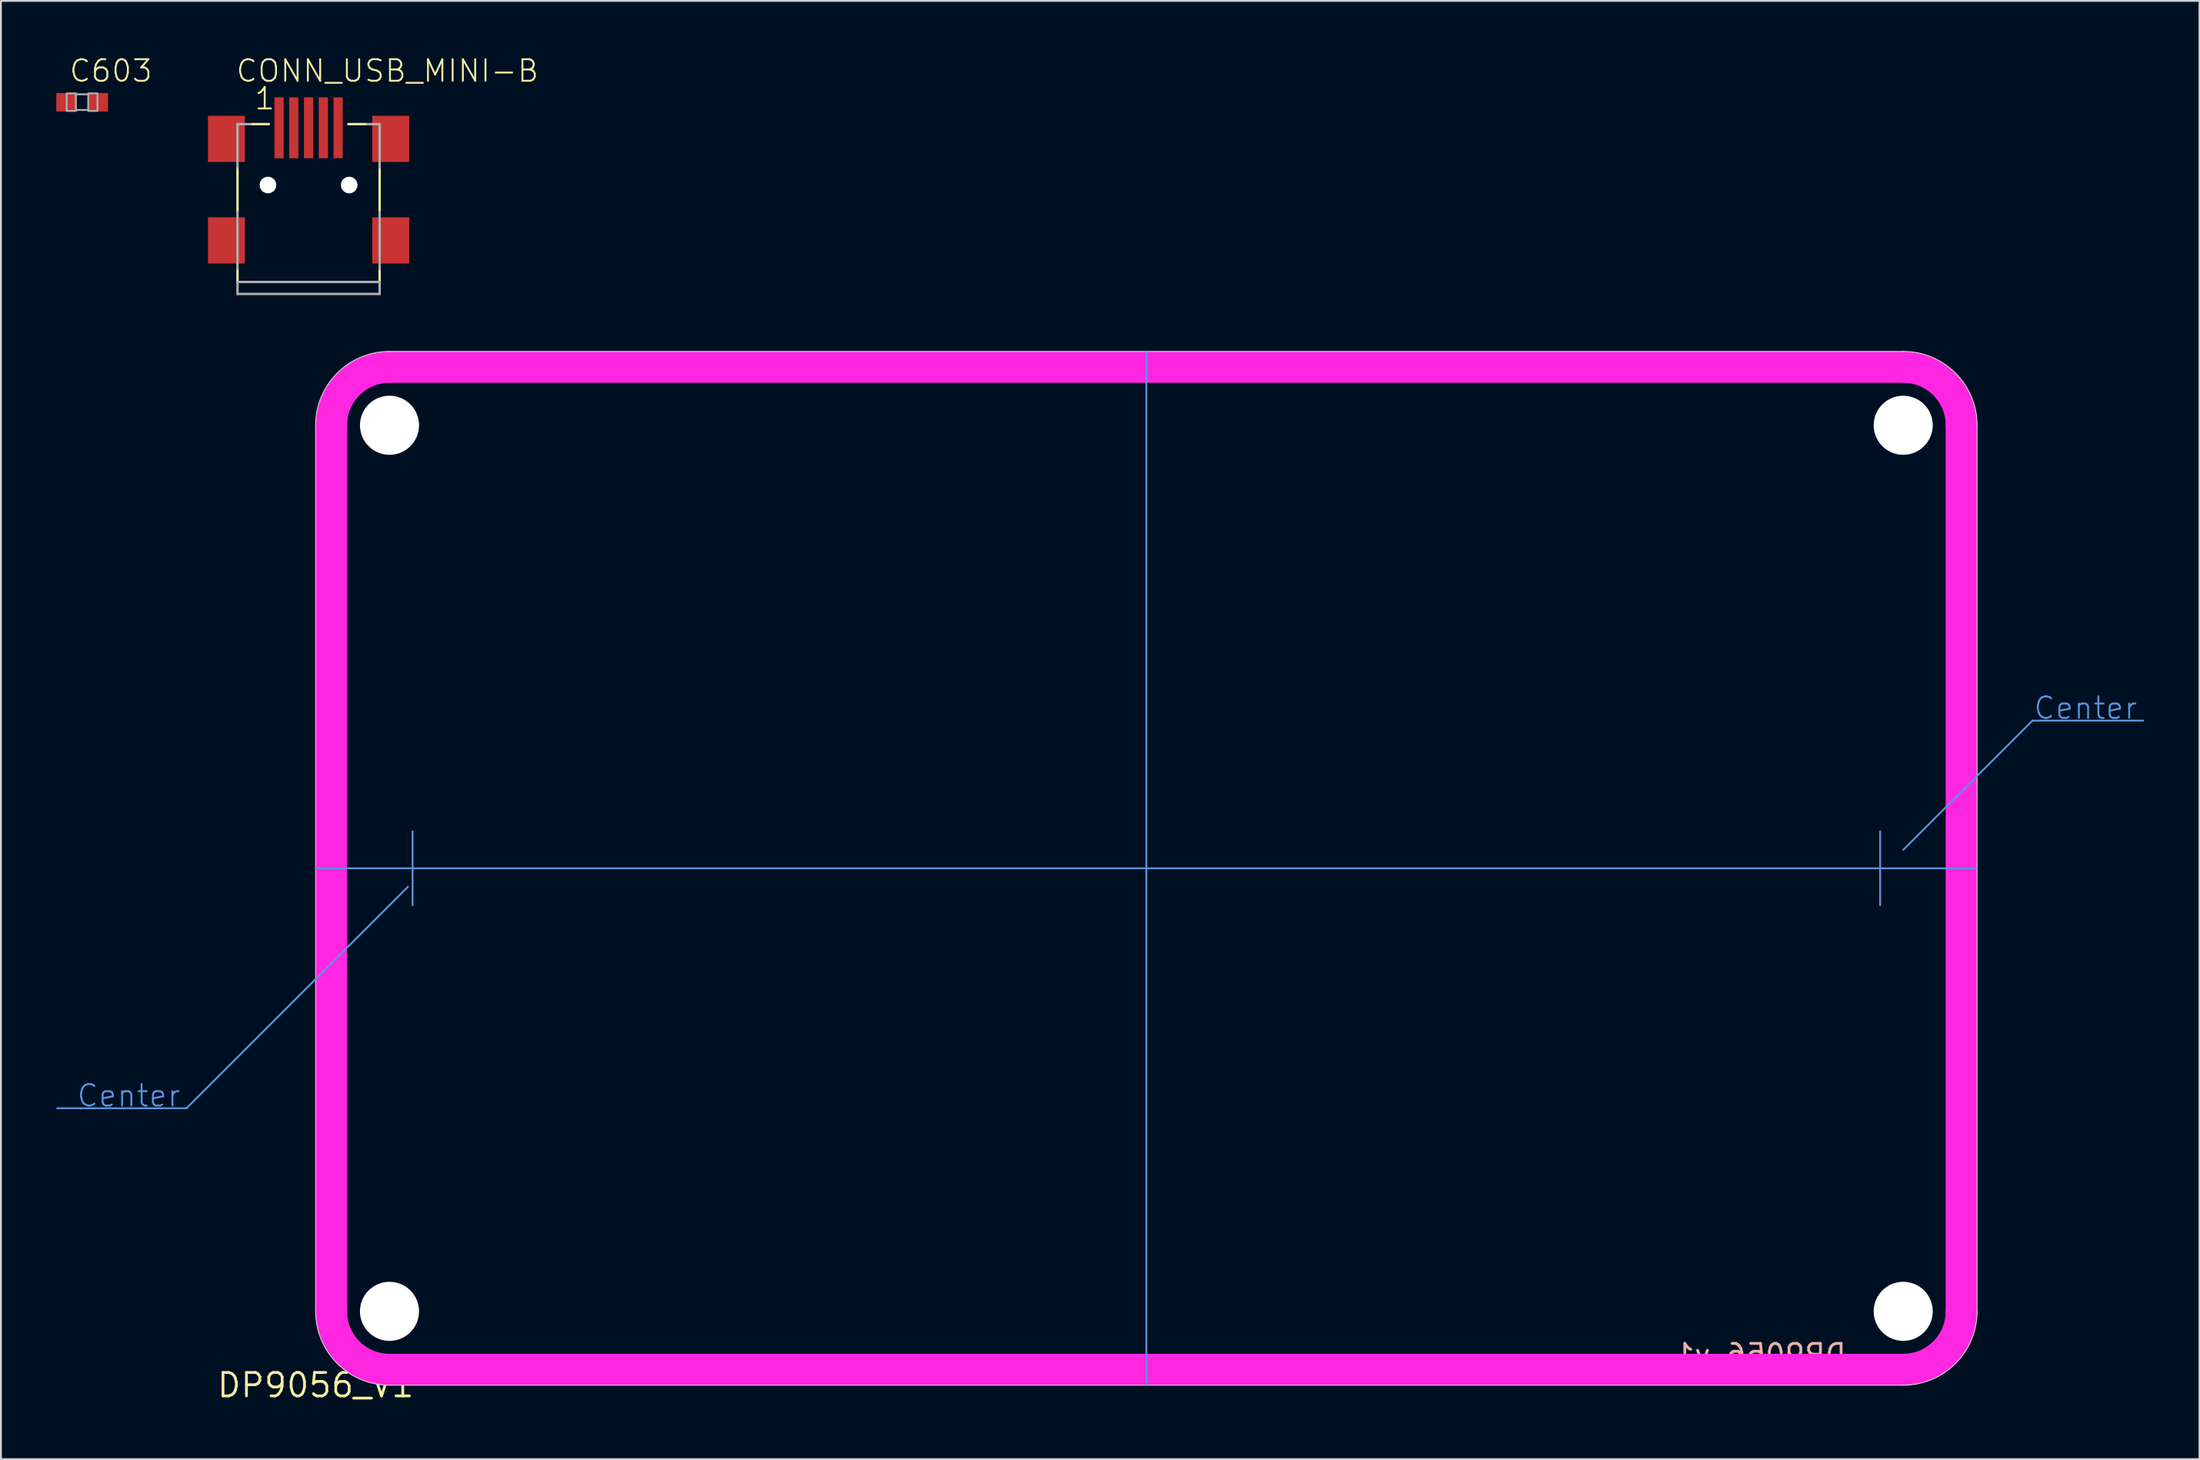
<source format=kicad_pcb>
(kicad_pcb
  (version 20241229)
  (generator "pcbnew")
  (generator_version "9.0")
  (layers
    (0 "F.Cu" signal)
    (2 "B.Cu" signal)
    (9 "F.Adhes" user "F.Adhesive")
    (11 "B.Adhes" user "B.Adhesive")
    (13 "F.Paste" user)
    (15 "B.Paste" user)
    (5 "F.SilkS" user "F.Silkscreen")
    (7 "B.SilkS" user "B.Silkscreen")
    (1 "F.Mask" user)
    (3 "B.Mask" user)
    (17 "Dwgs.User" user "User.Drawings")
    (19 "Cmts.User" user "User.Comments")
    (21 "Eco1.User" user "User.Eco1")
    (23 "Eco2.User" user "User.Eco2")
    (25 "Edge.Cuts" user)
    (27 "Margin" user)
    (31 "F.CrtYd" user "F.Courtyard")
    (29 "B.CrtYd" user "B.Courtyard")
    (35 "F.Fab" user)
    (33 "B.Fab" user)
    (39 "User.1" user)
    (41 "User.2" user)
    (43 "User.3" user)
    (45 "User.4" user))
  (footprint "DP9056_V1"
    (layer "F.Cu")
    (at 14.05 71.987)
    (property "Reference" "DP9056_V1" (at 0 0 0) (layer "F.SilkS") (effects (font (size 1.27 1.27) (thickness 0.15))))
    (fp_line (start -7 -15) (end -14 -15) (stroke (width 0.1) (type solid)) (layer "Cmts.User"))
    (fp_line (start 0 -28) (end 90 -28) (stroke (width 0.1) (type solid)) (layer "Cmts.User"))
    (fp_line (start 5 -27) (end -7 -15) (stroke (width 0.1) (type solid)) (layer "Cmts.User"))
    (fp_line (start 5.25 -30) (end 5.25 -26) (stroke (width 0.1) (type solid)) (layer "Cmts.User"))
    (fp_line (start 45 -56) (end 45 0) (stroke (width 0.1) (type solid)) (layer "Cmts.User"))
    (fp_line (start 84.75 -30) (end 84.75 -26) (stroke (width 0.1) (type solid)) (layer "Cmts.User"))
    (fp_line (start 86 -29) (end 93 -36) (stroke (width 0.1) (type solid)) (layer "Cmts.User"))
    (fp_line (start 93 -36) (end 99 -36) (stroke (width 0.1) (type solid)) (layer "Cmts.User"))
    (fp_line (start 0 -52) (end 0 -4) (stroke (width 0.05) (type solid)) (layer "Edge.Cuts"))
    (fp_line (start 4 0) (end 86 0) (stroke (width 0.05) (type solid)) (layer "Edge.Cuts"))
    (fp_line (start 86 -56) (end 4 -56) (stroke (width 0.05) (type solid)) (layer "Edge.Cuts"))
    (fp_line (start 90 -4) (end 90 -52) (stroke (width 0.05) (type solid)) (layer "Edge.Cuts"))
    (fp_arc (start 0 -52) (mid 1.171573 -54.828427) (end 4 -56) (stroke (width 0.05) (type solid)) (layer "Edge.Cuts"))
    (fp_arc (start 4 0) (mid 1.171573 -1.171573) (end 0 -4) (stroke (width 0.05) (type solid)) (layer "Edge.Cuts"))
    (fp_arc (start 86 -56) (mid 88.828427 -54.828427) (end 90 -52) (stroke (width 0.05) (type solid)) (layer "Edge.Cuts"))
    (fp_arc (start 90 -4) (mid 88.828427 -1.171573) (end 86 0) (stroke (width 0.05) (type solid)) (layer "Edge.Cuts"))
    (fp_line (start 0.85 -52) (end 0.85 -4) (stroke (width 1.7) (type solid)) (layer "F.CrtYd"))
    (fp_line (start 4 -55.15) (end 86 -55.15) (stroke (width 1.7) (type solid)) (layer "F.CrtYd"))
    (fp_line (start 86 -0.85) (end 4 -0.85) (stroke (width 1.7) (type solid)) (layer "F.CrtYd"))
    (fp_line (start 89.15 -4) (end 89.15 -52) (stroke (width 1.7) (type solid)) (layer "F.CrtYd"))
    (fp_arc (start 0.85 -52) (mid 1.772614 -54.227386) (end 4 -55.15) (stroke (width 1.7) (type solid)) (layer "F.CrtYd"))
    (fp_arc (start 4 -0.85) (mid 1.772614 -1.772614) (end 0.85 -4) (stroke (width 1.7) (type solid)) (layer "F.CrtYd"))
    (fp_arc (start 86 -55.15) (mid 88.227386 -54.227386) (end 89.15 -52) (stroke (width 1.7) (type solid)) (layer "F.CrtYd"))
    (fp_arc (start 89.15 -4) (mid 88.227386 -1.772614) (end 86 -0.85) (stroke (width 1.7) (type solid)) (layer "F.CrtYd"))
    (fp_text user "DP9056_v1" (at 83 -1 0) (layer "B.SilkS") (effects (font (size 1.118 1.118) (thickness 0.152)) (justify left bottom mirror)))
    (fp_text user "Center" (at 93 -36 0) (layer "Cmts.User") (effects (font (size 1.168 1.168) (thickness 0.102)) (justify left bottom)))
    (fp_text user "Center" (at -13 -15 0) (layer "Cmts.User") (effects (font (size 1.168 1.168) (thickness 0.102)) (justify left bottom)))
    (pad "" np_thru_hole circle (at 4 -52) (size 3.2 3.2) (drill 3.2) (layers "*.Cu" "*.Mask"))
    (pad "" np_thru_hole circle (at 4 -4) (size 3.2 3.2) (drill 3.2) (layers "*.Cu" "*.Mask"))
    (pad "" np_thru_hole circle (at 86 -52) (size 3.2 3.2) (drill 3.2) (layers "*.Cu" "*.Mask"))
    (pad "" np_thru_hole circle (at 86 -4) (size 3.2 3.2) (drill 3.2) (layers "*.Cu" "*.Mask"))
    (zone (net_name "") (layer "F.Cu") (hatch edge 0.5) (connect_pads) (min_thickness 0.25) (filled_areas_thickness no) (keepout (tracks not_allowed) (vias not_allowed) (pads not_allowed) (copperpour not_allowed) (footprints allowed)) (placement (enabled no)) (fill) (polygon (pts (xy 14.05 64.987) (xy 18.05 64.987) (xy 18.386 65.006) (xy 18.718 65.062) (xy 19.041 65.155) (xy 19.352 65.284) (xy 19.646 65.447) (xy 19.92 65.641) (xy 20.171 65.865) (xy 20.395 66.116) (xy 20.59 66.391) (xy 20.753 66.685) (xy 20.882 66.996) (xy 20.975 67.319) (xy 21.05 67.987) (xy 21.05 71.987) (xy 18.05 71.987) (xy 17.658 71.967) (xy 17.27 71.91) (xy 16.889 71.814) (xy 16.519 71.682) (xy 16.164 71.514) (xy 15.828 71.313) (xy 15.512 71.079) (xy 15.222 70.815) (xy 14.958 70.524) (xy 14.724 70.209) (xy 14.522 69.872) (xy 14.354 69.517) (xy 14.222 69.148) (xy 14.127 68.767) (xy 14.05 67.987))))
    (zone (net_name "") (layer "F.Cu") (hatch edge 0.5) (connect_pads) (min_thickness 0.25) (filled_areas_thickness no) (keepout (tracks not_allowed) (vias not_allowed) (pads not_allowed) (copperpour not_allowed) (footprints allowed)) (placement (enabled no)) (fill) (polygon (pts (xy 21.05 15.987) (xy 21.05 19.987) (xy 21.031 20.323) (xy 20.975 20.654) (xy 20.882 20.978) (xy 20.753 21.288) (xy 20.59 21.583) (xy 20.395 21.857) (xy 20.171 22.108) (xy 19.92 22.332) (xy 19.646 22.527) (xy 19.352 22.69) (xy 19.041 22.818) (xy 18.718 22.911) (xy 18.05 22.987) (xy 14.05 22.987) (xy 14.05 19.987) (xy 14.069 19.595) (xy 14.127 19.206) (xy 14.222 18.826) (xy 14.354 18.456) (xy 14.522 18.101) (xy 14.724 17.764) (xy 14.958 17.449) (xy 15.222 17.158) (xy 15.512 16.895) (xy 15.828 16.661) (xy 16.164 16.459) (xy 16.519 16.291) (xy 16.889 16.159) (xy 17.27 16.064) (xy 18.05 15.987))))
    (zone (net_name "") (layer "F.Cu") (hatch edge 0.5) (connect_pads) (min_thickness 0.25) (filled_areas_thickness no) (keepout (tracks not_allowed) (vias not_allowed) (pads not_allowed) (copperpour not_allowed) (footprints allowed)) (placement (enabled no)) (fill) (polygon (pts (xy 97.05 71.987) (xy 97.05 67.987) (xy 97.069 67.651) (xy 97.125 67.319) (xy 97.218 66.996) (xy 97.347 66.685) (xy 97.51 66.391) (xy 97.705 66.116) (xy 97.929 65.865) (xy 98.18 65.641) (xy 98.454 65.447) (xy 98.748 65.284) (xy 99.059 65.155) (xy 99.382 65.062) (xy 100.05 64.987) (xy 104.05 64.987) (xy 104.05 67.987) (xy 104.031 68.379) (xy 103.973 68.767) (xy 103.878 69.148) (xy 103.746 69.517) (xy 103.578 69.872) (xy 103.376 70.209) (xy 103.142 70.524) (xy 102.878 70.815) (xy 102.588 71.079) (xy 102.272 71.313) (xy 101.936 71.514) (xy 101.581 71.682) (xy 101.211 71.814) (xy 100.83 71.91) (xy 100.05 71.987))))
    (zone (net_name "") (layer "F.Cu") (hatch edge 0.5) (connect_pads) (min_thickness 0.25) (filled_areas_thickness no) (keepout (tracks not_allowed) (vias not_allowed) (pads not_allowed) (copperpour not_allowed) (footprints allowed)) (placement (enabled no)) (fill) (polygon (pts (xy 104.05 22.987) (xy 100.05 22.987) (xy 99.714 22.968) (xy 99.382 22.911) (xy 99.059 22.818) (xy 98.748 22.69) (xy 98.454 22.527) (xy 98.18 22.332) (xy 97.929 22.108) (xy 97.705 21.857) (xy 97.51 21.583) (xy 97.347 21.288) (xy 97.218 20.978) (xy 97.125 20.654) (xy 97.05 19.987) (xy 97.05 15.987) (xy 100.05 15.987) (xy 100.442 16.006) (xy 100.83 16.064) (xy 101.211 16.159) (xy 101.581 16.291) (xy 101.936 16.459) (xy 102.272 16.661) (xy 102.588 16.895) (xy 102.878 17.158) (xy 103.142 17.449) (xy 103.376 17.764) (xy 103.578 18.101) (xy 103.746 18.456) (xy 103.878 18.826) (xy 103.973 19.206) (xy 104.05 19.987))))
    (zone (net_name "") (layers "F.Cu" "B.Cu") (hatch edge 0.5) (connect_pads) (min_thickness 0.25) (filled_areas_thickness no) (keepout (tracks allowed) (vias not_allowed) (pads allowed) (copperpour allowed) (footprints allowed)) (placement (enabled no)) (fill) (polygon (pts (xy 14.05 64.987) (xy 18.05 64.987) (xy 18.386 65.006) (xy 18.718 65.062) (xy 19.041 65.155) (xy 19.352 65.284) (xy 19.646 65.447) (xy 19.92 65.641) (xy 20.171 65.865) (xy 20.395 66.116) (xy 20.59 66.391) (xy 20.753 66.685) (xy 20.882 66.996) (xy 20.975 67.319) (xy 21.05 67.987) (xy 21.05 71.987) (xy 18.05 71.987) (xy 17.658 71.967) (xy 17.27 71.91) (xy 16.889 71.814) (xy 16.519 71.682) (xy 16.164 71.514) (xy 15.828 71.313) (xy 15.512 71.079) (xy 15.222 70.815) (xy 14.958 70.524) (xy 14.724 70.209) (xy 14.522 69.872) (xy 14.354 69.517) (xy 14.222 69.148) (xy 14.127 68.767) (xy 14.05 67.987))))
    (zone (net_name "") (layers "F.Cu" "B.Cu") (hatch edge 0.5) (connect_pads) (min_thickness 0.25) (filled_areas_thickness no) (keepout (tracks allowed) (vias not_allowed) (pads allowed) (copperpour allowed) (footprints allowed)) (placement (enabled no)) (fill) (polygon (pts (xy 21.05 15.987) (xy 21.05 19.987) (xy 21.031 20.323) (xy 20.975 20.654) (xy 20.882 20.978) (xy 20.753 21.288) (xy 20.59 21.583) (xy 20.395 21.857) (xy 20.171 22.108) (xy 19.92 22.332) (xy 19.646 22.527) (xy 19.352 22.69) (xy 19.041 22.818) (xy 18.718 22.911) (xy 18.05 22.987) (xy 14.05 22.987) (xy 14.05 19.987) (xy 14.069 19.595) (xy 14.127 19.206) (xy 14.222 18.826) (xy 14.354 18.456) (xy 14.522 18.101) (xy 14.724 17.764) (xy 14.958 17.449) (xy 15.222 17.158) (xy 15.512 16.895) (xy 15.828 16.661) (xy 16.164 16.459) (xy 16.519 16.291) (xy 16.889 16.159) (xy 17.27 16.064) (xy 18.05 15.987))))
    (zone (net_name "") (layers "F.Cu" "B.Cu") (hatch edge 0.5) (connect_pads) (min_thickness 0.25) (filled_areas_thickness no) (keepout (tracks allowed) (vias not_allowed) (pads allowed) (copperpour allowed) (footprints allowed)) (placement (enabled no)) (fill) (polygon (pts (xy 97.05 71.987) (xy 97.05 67.987) (xy 97.069 67.651) (xy 97.125 67.319) (xy 97.218 66.996) (xy 97.347 66.685) (xy 97.51 66.391) (xy 97.705 66.116) (xy 97.929 65.865) (xy 98.18 65.641) (xy 98.454 65.447) (xy 98.748 65.284) (xy 99.059 65.155) (xy 99.382 65.062) (xy 100.05 64.987) (xy 104.05 64.987) (xy 104.05 67.987) (xy 104.031 68.379) (xy 103.973 68.767) (xy 103.878 69.148) (xy 103.746 69.517) (xy 103.578 69.872) (xy 103.376 70.209) (xy 103.142 70.524) (xy 102.878 70.815) (xy 102.588 71.079) (xy 102.272 71.313) (xy 101.936 71.514) (xy 101.581 71.682) (xy 101.211 71.814) (xy 100.83 71.91) (xy 100.05 71.987))))
    (zone (net_name "") (layers "F.Cu" "B.Cu") (hatch edge 0.5) (connect_pads) (min_thickness 0.25) (filled_areas_thickness no) (keepout (tracks allowed) (vias not_allowed) (pads allowed) (copperpour allowed) (footprints allowed)) (placement (enabled no)) (fill) (polygon (pts (xy 104.05 22.987) (xy 100.05 22.987) (xy 99.714 22.968) (xy 99.382 22.911) (xy 99.059 22.818) (xy 98.748 22.69) (xy 98.454 22.527) (xy 98.18 22.332) (xy 97.929 22.108) (xy 97.705 21.857) (xy 97.51 21.583) (xy 97.347 21.288) (xy 97.218 20.978) (xy 97.125 20.654) (xy 97.05 19.987) (xy 97.05 15.987) (xy 100.05 15.987) (xy 100.442 16.006) (xy 100.83 16.064) (xy 101.211 16.159) (xy 101.581 16.291) (xy 101.936 16.459) (xy 102.272 16.661) (xy 102.588 16.895) (xy 102.878 17.158) (xy 103.142 17.449) (xy 103.376 17.764) (xy 103.578 18.101) (xy 103.746 18.456) (xy 103.878 18.826) (xy 103.973 19.206) (xy 104.05 19.987))))
    (zone (net_name "") (layer "B.Cu") (hatch edge 0.5) (connect_pads) (min_thickness 0.25) (filled_areas_thickness no) (keepout (tracks not_allowed) (vias not_allowed) (pads not_allowed) (copperpour not_allowed) (footprints allowed)) (placement (enabled no)) (fill) (polygon (pts (xy 14.05 64.987) (xy 18.05 64.987) (xy 18.386 65.006) (xy 18.718 65.062) (xy 19.041 65.155) (xy 19.352 65.284) (xy 19.646 65.447) (xy 19.92 65.641) (xy 20.171 65.865) (xy 20.395 66.116) (xy 20.59 66.391) (xy 20.753 66.685) (xy 20.882 66.996) (xy 20.975 67.319) (xy 21.05 67.987) (xy 21.05 71.987) (xy 18.05 71.987) (xy 17.658 71.967) (xy 17.27 71.91) (xy 16.889 71.814) (xy 16.519 71.682) (xy 16.164 71.514) (xy 15.828 71.313) (xy 15.512 71.079) (xy 15.222 70.815) (xy 14.958 70.524) (xy 14.724 70.209) (xy 14.522 69.872) (xy 14.354 69.517) (xy 14.222 69.148) (xy 14.127 68.767) (xy 14.05 67.987))))
    (zone (net_name "") (layer "B.Cu") (hatch edge 0.5) (connect_pads) (min_thickness 0.25) (filled_areas_thickness no) (keepout (tracks not_allowed) (vias not_allowed) (pads not_allowed) (copperpour not_allowed) (footprints allowed)) (placement (enabled no)) (fill) (polygon (pts (xy 21.05 15.987) (xy 21.05 19.987) (xy 21.031 20.323) (xy 20.975 20.654) (xy 20.882 20.978) (xy 20.753 21.288) (xy 20.59 21.583) (xy 20.395 21.857) (xy 20.171 22.108) (xy 19.92 22.332) (xy 19.646 22.527) (xy 19.352 22.69) (xy 19.041 22.818) (xy 18.718 22.911) (xy 18.05 22.987) (xy 14.05 22.987) (xy 14.05 19.987) (xy 14.069 19.595) (xy 14.127 19.206) (xy 14.222 18.826) (xy 14.354 18.456) (xy 14.522 18.101) (xy 14.724 17.764) (xy 14.958 17.449) (xy 15.222 17.158) (xy 15.512 16.895) (xy 15.828 16.661) (xy 16.164 16.459) (xy 16.519 16.291) (xy 16.889 16.159) (xy 17.27 16.064) (xy 18.05 15.987))))
    (zone (net_name "") (layer "B.Cu") (hatch edge 0.5) (connect_pads) (min_thickness 0.25) (filled_areas_thickness no) (keepout (tracks not_allowed) (vias not_allowed) (pads not_allowed) (copperpour not_allowed) (footprints allowed)) (placement (enabled no)) (fill) (polygon (pts (xy 97.05 71.987) (xy 97.05 67.987) (xy 97.069 67.651) (xy 97.125 67.319) (xy 97.218 66.996) (xy 97.347 66.685) (xy 97.51 66.391) (xy 97.705 66.116) (xy 97.929 65.865) (xy 98.18 65.641) (xy 98.454 65.447) (xy 98.748 65.284) (xy 99.059 65.155) (xy 99.382 65.062) (xy 100.05 64.987) (xy 104.05 64.987) (xy 104.05 67.987) (xy 104.031 68.379) (xy 103.973 68.767) (xy 103.878 69.148) (xy 103.746 69.517) (xy 103.578 69.872) (xy 103.376 70.209) (xy 103.142 70.524) (xy 102.878 70.815) (xy 102.588 71.079) (xy 102.272 71.313) (xy 101.936 71.514) (xy 101.581 71.682) (xy 101.211 71.814) (xy 100.83 71.91) (xy 100.05 71.987))))
    (zone (net_name "") (layer "B.Cu") (hatch edge 0.5) (connect_pads) (min_thickness 0.25) (filled_areas_thickness no) (keepout (tracks not_allowed) (vias not_allowed) (pads not_allowed) (copperpour not_allowed) (footprints allowed)) (placement (enabled no)) (fill) (polygon (pts (xy 104.05 22.987) (xy 100.05 22.987) (xy 99.714 22.968) (xy 99.382 22.911) (xy 99.059 22.818) (xy 98.748 22.69) (xy 98.454 22.527) (xy 98.18 22.332) (xy 97.929 22.108) (xy 97.705 21.857) (xy 97.51 21.583) (xy 97.347 21.288) (xy 97.218 20.978) (xy 97.125 20.654) (xy 97.05 19.987) (xy 97.05 15.987) (xy 100.05 15.987) (xy 100.442 16.006) (xy 100.83 16.064) (xy 101.211 16.159) (xy 101.581 16.291) (xy 101.936 16.459) (xy 102.272 16.661) (xy 102.588 16.895) (xy 102.878 17.158) (xy 103.142 17.449) (xy 103.376 17.764) (xy 103.578 18.101) (xy 103.746 18.456) (xy 103.878 18.826) (xy 103.973 19.206) (xy 104.05 19.987)))))
  (footprint "C603"
    (layer "F.Cu")
    (at 1.4 2.489)
    (property "Reference" "C603" (at -0.762 -1.016 0) (layer "F.SilkS") (effects (font (size 1.168 1.168) (thickness 0.102)) (justify left bottom)))
    (fp_line (start -0.356 -0.432) (end 0.356 -0.432) (stroke (width 0.102) (type solid)) (layer "F.Fab"))
    (fp_line (start -0.356 0.419) (end 0.356 0.419) (stroke (width 0.102) (type solid)) (layer "F.Fab"))
    (fp_poly (pts (xy -0.838 0.47) (xy -0.338 0.47) (xy -0.338 -0.48) (xy -0.838 -0.48)) (stroke (width 0.1) (type default)) (fill no) (layer "F.Fab"))
    (fp_poly (pts (xy 0.83 -0.48) (xy 0.33 -0.48) (xy 0.33 0.47) (xy 0.83 0.47)) (stroke (width 0.1) (type default)) (fill no) (layer "F.Fab"))
    (pad "1" smd rect (at -0.85 0) (size 1.1 1) (layers "F.Cu" "F.Mask" "F.Paste"))
    (pad "2" smd rect (at 0.85 0) (size 1.1 1) (layers "F.Cu" "F.Mask" "F.Paste")))
  (footprint "CONN_USB_MINI-B"
    (layer "F.Cu")
    (at 13.666 6.973)
    (property "Reference" "CONN_USB_MINI-B" (at -4 -5.5 0) (layer "F.SilkS") (effects (font (size 1.168 1.168) (thickness 0.102)) (justify left bottom)))
    (fp_line (start -3.85 -0.95) (end -3.85 1.45) (stroke (width 0.127) (type solid)) (layer "F.SilkS"))
    (fp_line (start -3.85 4.55) (end -3.85 5.25) (stroke (width 0.127) (type solid)) (layer "F.SilkS"))
    (fp_line (start -3.15 -3.3) (end -2.15 -3.3) (stroke (width 0.127) (type solid)) (layer "F.SilkS"))
    (fp_line (start 2.15 -3.3) (end 3.15 -3.3) (stroke (width 0.127) (type solid)) (layer "F.SilkS"))
    (fp_line (start 3.85 -0.95) (end 3.85 1.45) (stroke (width 0.127) (type solid)) (layer "F.SilkS"))
    (fp_line (start 3.85 4.55) (end 3.85 5.25) (stroke (width 0.127) (type solid)) (layer "F.SilkS"))
    (fp_line (start -3.85 -3.3) (end -3.85 -0.95) (stroke (width 0.127) (type solid)) (layer "F.Fab"))
    (fp_line (start -3.85 1.45) (end -3.85 4.55) (stroke (width 0.127) (type solid)) (layer "F.Fab"))
    (fp_line (start -3.85 5.25) (end -3.85 5.9) (stroke (width 0.127) (type solid)) (layer "F.Fab"))
    (fp_line (start -3.85 5.9) (end 3.85 5.9) (stroke (width 0.127) (type solid)) (layer "F.Fab"))
    (fp_line (start -3.15 -3.3) (end -3.85 -3.3) (stroke (width 0.127) (type solid)) (layer "F.Fab"))
    (fp_line (start 3.15 -3.3) (end 3.85 -3.3) (stroke (width 0.127) (type solid)) (layer "F.Fab"))
    (fp_line (start 3.85 -3.3) (end 3.85 -0.95) (stroke (width 0.127) (type solid)) (layer "F.Fab"))
    (fp_line (start 3.85 1.45) (end 3.85 4.55) (stroke (width 0.127) (type solid)) (layer "F.Fab"))
    (fp_line (start 3.85 5.25) (end -3.85 5.25) (stroke (width 0.127) (type solid)) (layer "F.Fab"))
    (fp_line (start 3.85 5.9) (end 3.85 5.25) (stroke (width 0.127) (type solid)) (layer "F.Fab"))
    (fp_text user "1" (at -3 -4 0) (layer "F.SilkS") (effects (font (size 1.168 1.168) (thickness 0.102)) (justify left bottom)))
    (pad "" np_thru_hole circle (at -2.2 0) (size 0.9 0.9) (drill 0.9) (layers "*.Cu" "*.Mask"))
    (pad "" np_thru_hole circle (at 2.2 0) (size 0.9 0.9) (drill 0.9) (layers "*.Cu" "*.Mask"))
    (pad "BODY@1" smd rect (at -4.45 -2.5) (size 2 2.5) (layers "F.Cu" "F.Mask" "F.Paste"))
    (pad "BODY@2" smd rect (at 4.45 -2.5) (size 2 2.5) (layers "F.Cu" "F.Mask" "F.Paste"))
    (pad "BODY@3" smd rect (at 4.45 3) (size 2 2.5) (layers "F.Cu" "F.Mask" "F.Paste"))
    (pad "BODY@4" smd rect (at -4.45 3) (size 2 2.5) (layers "F.Cu" "F.Mask" "F.Paste"))
    (pad "D+" smd rect (at 0 -3.1) (size 0.5 3.3) (layers "F.Cu" "F.Mask" "F.Paste"))
    (pad "D-" smd rect (at -0.8 -3.1) (size 0.5 3.3) (layers "F.Cu" "F.Mask" "F.Paste"))
    (pad "GND" smd rect (at 1.6 -3.1) (size 0.5 3.3) (layers "F.Cu" "F.Mask" "F.Paste"))
    (pad "ID" smd rect (at 0.8 -3.1) (size 0.5 3.3) (layers "F.Cu" "F.Mask" "F.Paste"))
    (pad "VUSB" smd rect (at -1.6 -3.1) (size 0.5 3.3) (layers "F.Cu" "F.Mask" "F.Paste")))
  (gr_rect
    (start -3 -3)
    (end 116.1 75.993)
    (stroke (width 0.1) (type default))
    (fill no)
    (layer "Edge.Cuts")))
</source>
